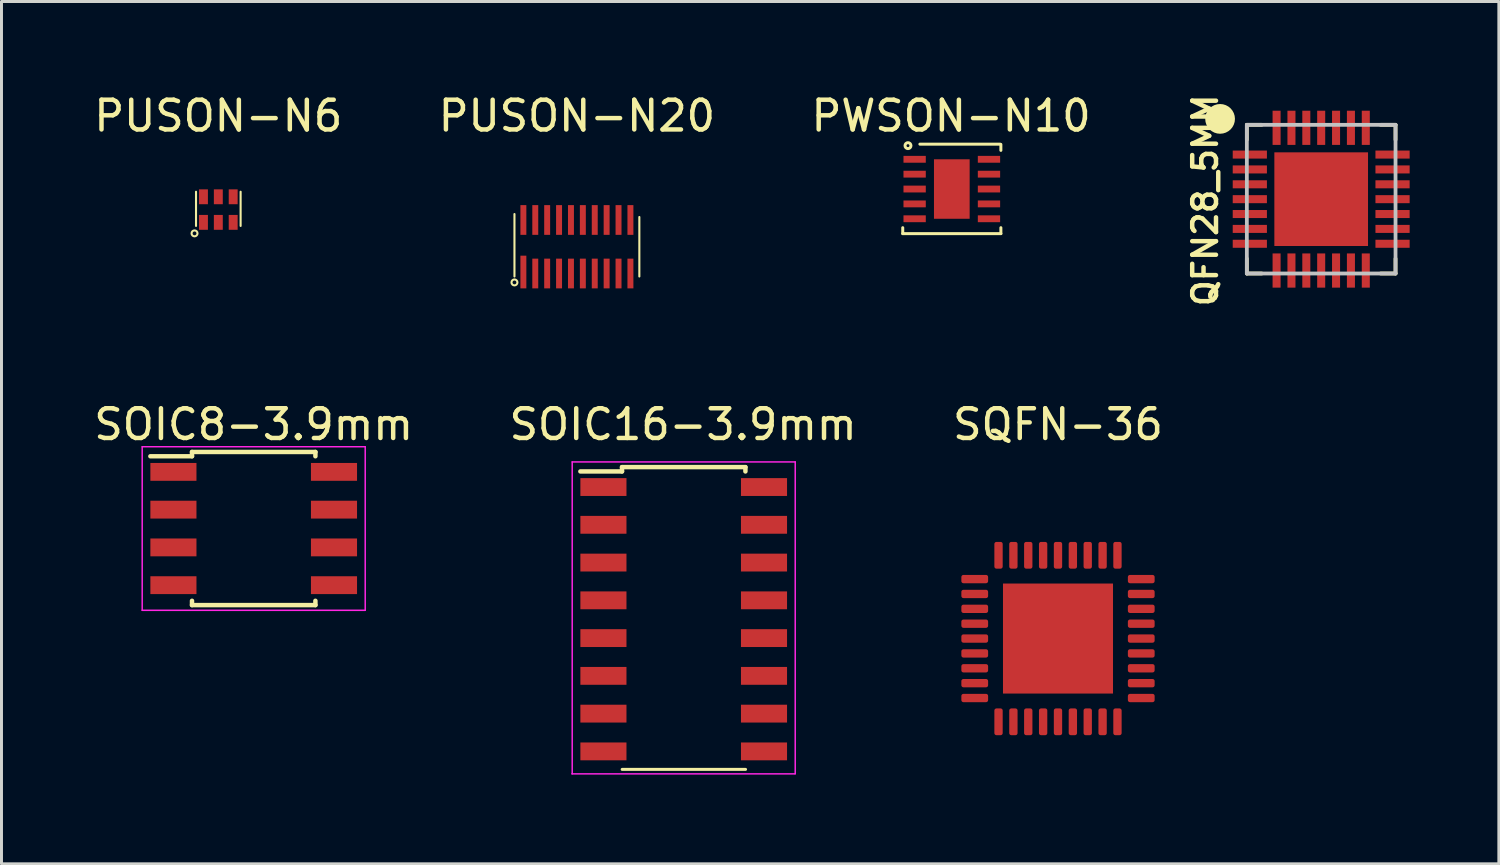
<source format=kicad_pcb>
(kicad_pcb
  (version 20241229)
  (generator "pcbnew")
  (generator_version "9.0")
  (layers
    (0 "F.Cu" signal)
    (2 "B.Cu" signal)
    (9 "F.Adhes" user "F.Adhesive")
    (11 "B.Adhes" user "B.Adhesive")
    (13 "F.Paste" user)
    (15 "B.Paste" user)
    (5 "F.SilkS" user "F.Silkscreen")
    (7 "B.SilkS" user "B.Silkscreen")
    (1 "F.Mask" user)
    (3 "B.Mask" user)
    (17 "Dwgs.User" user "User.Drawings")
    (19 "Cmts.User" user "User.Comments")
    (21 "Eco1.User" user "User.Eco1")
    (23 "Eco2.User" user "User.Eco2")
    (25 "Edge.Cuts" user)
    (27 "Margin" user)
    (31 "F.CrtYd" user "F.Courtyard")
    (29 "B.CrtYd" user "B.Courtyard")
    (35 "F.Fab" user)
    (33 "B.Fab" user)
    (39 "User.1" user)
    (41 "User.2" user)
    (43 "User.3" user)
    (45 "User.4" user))
  (footprint "PWSON-N10"
    (layer "F.Cu")
    (at 28.885 3.198)
    (property "Reference" "PWSON-N10" (at 0.05 -2.35 0) (layer "F.SilkS") (effects (font (size 1 1) (thickness 0.15))))
    (attr through_hole)
    (fp_line (start -1.576 1.609) (end -1.576 1.409) (stroke (width 0.1) (type solid)) (layer "F.SilkS"))
    (fp_line (start -1 -1.4) (end 1.7 -1.4) (stroke (width 0.1) (type solid)) (layer "F.SilkS"))
    (fp_line (start 1.724 -1.391) (end 1.724 -1.191) (stroke (width 0.1) (type solid)) (layer "F.SilkS"))
    (fp_line (start 1.724 1.609) (end -1.576 1.609) (stroke (width 0.1) (type solid)) (layer "F.SilkS"))
    (fp_line (start 1.724 1.609) (end 1.724 1.409) (stroke (width 0.1) (type solid)) (layer "F.SilkS"))
    (fp_circle (center -1.4 -1.35) (end -1.5 -1.35) (stroke (width 0.1) (type solid)) (fill no) (layer "F.SilkS"))
    (pad "1" smd rect (at -1.176 -0.891 270) (size 0.23 0.75) (layers "F.Cu" "F.Mask" "F.Paste"))
    (pad "2" smd rect (at -1.176 -0.391 270) (size 0.23 0.75) (layers "F.Cu" "F.Mask" "F.Paste"))
    (pad "3" smd rect (at -1.176 0.109 270) (size 0.23 0.75) (layers "F.Cu" "F.Mask" "F.Paste"))
    (pad "4" smd rect (at -1.176 0.609 270) (size 0.23 0.75) (layers "F.Cu" "F.Mask" "F.Paste"))
    (pad "5" smd rect (at -1.176 1.109 270) (size 0.23 0.75) (layers "F.Cu" "F.Mask" "F.Paste"))
    (pad "6" smd rect (at 1.324 1.109 270) (size 0.23 0.75) (layers "F.Cu" "F.Mask" "F.Paste"))
    (pad "7" smd rect (at 1.324 0.609 270) (size 0.23 0.75) (layers "F.Cu" "F.Mask" "F.Paste"))
    (pad "8" smd rect (at 1.324 0.109 270) (size 0.23 0.75) (layers "F.Cu" "F.Mask" "F.Paste"))
    (pad "9" smd rect (at 1.324 -0.391 270) (size 0.23 0.75) (layers "F.Cu" "F.Mask" "F.Paste"))
    (pad "10" smd rect (at 1.324 -0.891 270) (size 0.23 0.75) (layers "F.Cu" "F.Mask" "F.Paste"))
    (pad "11" smd rect (at 0.074 0.109 270) (size 2 1.2) (layers "F.Cu" "F.Mask" "F.Paste")))
  (footprint "PUSON-N20"
    (layer "F.Cu")
    (at 16.351 5.248)
    (property "Reference" "PUSON-N20" (at 0 -4.4 0) (layer "F.SilkS") (effects (font (size 1 1) (thickness 0.15))))
    (attr through_hole)
    (fp_line (start -2.1 -1.1) (end -2.1 1) (stroke (width 0.07) (type solid)) (layer "F.SilkS"))
    (fp_line (start 2.1 -1) (end 2.1 1) (stroke (width 0.07) (type solid)) (layer "F.SilkS"))
    (fp_circle (center -2.1 1.2) (end -2.1 1.3) (stroke (width 0.07) (type solid)) (fill no) (layer "F.SilkS"))
    (pad "1" smd rect (at -1.8 0.85) (size 0.2 1.1) (layers "F.Cu" "F.Mask" "F.Paste"))
    (pad "2" smd rect (at -1.4 0.9) (size 0.2 1) (layers "F.Cu" "F.Mask" "F.Paste"))
    (pad "3" smd rect (at -1 0.9) (size 0.2 1) (layers "F.Cu" "F.Mask" "F.Paste"))
    (pad "4" smd rect (at -0.6 0.9) (size 0.2 1) (layers "F.Cu" "F.Mask" "F.Paste"))
    (pad "5" smd rect (at -0.2 0.9) (size 0.2 1) (layers "F.Cu" "F.Mask" "F.Paste"))
    (pad "6" smd rect (at 0.2 0.9) (size 0.2 1) (layers "F.Cu" "F.Mask" "F.Paste"))
    (pad "7" smd rect (at 0.6 0.9) (size 0.2 1) (layers "F.Cu" "F.Mask" "F.Paste"))
    (pad "8" smd rect (at 1 0.9) (size 0.2 1) (layers "F.Cu" "F.Mask" "F.Paste"))
    (pad "9" smd rect (at 1.4 0.9) (size 0.2 1) (layers "F.Cu" "F.Mask" "F.Paste"))
    (pad "10" smd rect (at 1.8 0.9) (size 0.2 1) (layers "F.Cu" "F.Mask" "F.Paste"))
    (pad "11" smd rect (at 1.8 -0.9) (size 0.2 1) (layers "F.Cu" "F.Mask" "F.Paste"))
    (pad "12" smd rect (at 1.4 -0.9) (size 0.2 1) (layers "F.Cu" "F.Mask" "F.Paste"))
    (pad "13" smd rect (at 1 -0.9) (size 0.2 1) (layers "F.Cu" "F.Mask" "F.Paste"))
    (pad "14" smd rect (at 0.6 -0.9) (size 0.2 1) (layers "F.Cu" "F.Mask" "F.Paste"))
    (pad "15" smd rect (at 0.2 -0.9) (size 0.2 1) (layers "F.Cu" "F.Mask" "F.Paste"))
    (pad "16" smd rect (at -0.2 -0.9) (size 0.2 1) (layers "F.Cu" "F.Mask" "F.Paste"))
    (pad "17" smd rect (at -0.6 -0.9) (size 0.2 1) (layers "F.Cu" "F.Mask" "F.Paste"))
    (pad "18" smd rect (at -1 -0.9) (size 0.2 1) (layers "F.Cu" "F.Mask" "F.Paste"))
    (pad "19" smd rect (at -1.4 -0.9) (size 0.2 1) (layers "F.Cu" "F.Mask" "F.Paste"))
    (pad "20" smd rect (at -1.8 -0.9) (size 0.2 1) (layers "F.Cu" "F.Mask" "F.Paste")))
  (footprint "QFN28_5MM"
    (layer "F.Cu")
    (at 41.381 3.648)
    (property "Reference" "QFN28_5MM" (at -3.9 0.04 270) (layer "F.SilkS") (effects (font (size 0.8 0.8) (thickness 0.15))))
    (attr smd)
    (fp_line (start -2.5 -2.5) (end -2 -2.5) (stroke (width 0.127) (type solid)) (layer "F.SilkS"))
    (fp_line (start -2.5 -2) (end -2.5 -2.5) (stroke (width 0.127) (type solid)) (layer "F.SilkS"))
    (fp_line (start -2.5 2.5) (end -2.5 2) (stroke (width 0.127) (type solid)) (layer "F.SilkS"))
    (fp_line (start -2 2.5) (end -2.5 2.5) (stroke (width 0.127) (type solid)) (layer "F.SilkS"))
    (fp_line (start 2 -2.5) (end 2.5 -2.5) (stroke (width 0.127) (type solid)) (layer "F.SilkS"))
    (fp_line (start 2 2.5) (end 2.5 2.5) (stroke (width 0.127) (type solid)) (layer "F.SilkS"))
    (fp_line (start 2.5 -2.5) (end 2.5 -2) (stroke (width 0.127) (type solid)) (layer "F.SilkS"))
    (fp_line (start 2.5 2.5) (end 2.5 2) (stroke (width 0.127) (type solid)) (layer "F.SilkS"))
    (fp_circle (center -3.4 -2.7) (end -3.15 -2.7) (stroke (width 0.5) (type solid)) (fill no) (layer "F.SilkS"))
    (fp_poly (pts (xy -1.27 -1.27) (xy -0.254 -1.27) (xy -0.254 -0.254) (xy -1.27 -0.254)) (stroke (width 0.381) (type solid)) (fill yes) (layer "F.Paste"))
    (fp_poly (pts (xy -1.27 0.254) (xy -0.254 0.254) (xy -0.254 1.27) (xy -1.27 1.27)) (stroke (width 0.381) (type solid)) (fill yes) (layer "F.Paste"))
    (fp_poly (pts (xy 0.254 -1.27) (xy 1.27 -1.27) (xy 1.27 -0.254) (xy 0.254 -0.254)) (stroke (width 0.381) (type solid)) (fill yes) (layer "F.Paste"))
    (fp_poly (pts (xy 0.254 0.254) (xy 1.27 0.254) (xy 1.27 1.27) (xy 0.254 1.27)) (stroke (width 0.381) (type solid)) (fill yes) (layer "F.Paste"))
    (fp_line (start -2.5 -2.5) (end 2.5 -2.5) (stroke (width 0.127) (type solid)) (layer "Dwgs.User"))
    (fp_line (start -2.5 2.5) (end -2.5 -2.5) (stroke (width 0.127) (type solid)) (layer "Dwgs.User"))
    (fp_line (start 2.5 -2.5) (end 2.5 2.5) (stroke (width 0.127) (type solid)) (layer "Dwgs.User"))
    (fp_line (start 2.5 2.5) (end -2.5 2.5) (stroke (width 0.127) (type solid)) (layer "Dwgs.User"))
    (pad "1" smd rect (at -2.4 -1.5) (size 1.15 0.27) (layers "F.Cu" "F.Mask" "F.Paste"))
    (pad "2" smd rect (at -2.4 -1) (size 1.15 0.27) (layers "F.Cu" "F.Mask" "F.Paste"))
    (pad "3" smd rect (at -2.4 -0.5) (size 1.15 0.27) (layers "F.Cu" "F.Mask" "F.Paste"))
    (pad "4" smd rect (at -2.4 0) (size 1.15 0.27) (layers "F.Cu" "F.Mask" "F.Paste"))
    (pad "5" smd rect (at -2.4 0.5) (size 1.15 0.27) (layers "F.Cu" "F.Mask" "F.Paste"))
    (pad "6" smd rect (at -2.4 1) (size 1.15 0.27) (layers "F.Cu" "F.Mask" "F.Paste"))
    (pad "7" smd rect (at -2.4 1.5) (size 1.15 0.27) (layers "F.Cu" "F.Mask" "F.Paste"))
    (pad "8" smd rect (at -1.5 2.4 90) (size 1.15 0.27) (layers "F.Cu" "F.Mask" "F.Paste"))
    (pad "9" smd rect (at -1 2.4 90) (size 1.15 0.27) (layers "F.Cu" "F.Mask" "F.Paste"))
    (pad "10" smd rect (at -0.5 2.4 90) (size 1.15 0.27) (layers "F.Cu" "F.Mask" "F.Paste"))
    (pad "11" smd rect (at 0 2.4 90) (size 1.15 0.27) (layers "F.Cu" "F.Mask" "F.Paste"))
    (pad "12" smd rect (at 0.5 2.4 90) (size 1.15 0.27) (layers "F.Cu" "F.Mask" "F.Paste"))
    (pad "13" smd rect (at 1 2.4 90) (size 1.15 0.27) (layers "F.Cu" "F.Mask" "F.Paste"))
    (pad "14" smd rect (at 1.5 2.4 90) (size 1.15 0.27) (layers "F.Cu" "F.Mask" "F.Paste"))
    (pad "15" smd rect (at 2.4 1.5 180) (size 1.15 0.27) (layers "F.Cu" "F.Mask" "F.Paste"))
    (pad "16" smd rect (at 2.4 1 180) (size 1.15 0.27) (layers "F.Cu" "F.Mask" "F.Paste"))
    (pad "17" smd rect (at 2.4 0.5 180) (size 1.15 0.27) (layers "F.Cu" "F.Mask" "F.Paste"))
    (pad "18" smd rect (at 2.4 0 180) (size 1.15 0.27) (layers "F.Cu" "F.Mask" "F.Paste"))
    (pad "19" smd rect (at 2.4 -0.5 180) (size 1.15 0.27) (layers "F.Cu" "F.Mask" "F.Paste"))
    (pad "20" smd rect (at 2.4 -1 180) (size 1.15 0.27) (layers "F.Cu" "F.Mask" "F.Paste"))
    (pad "21" smd rect (at 2.4 -1.5 180) (size 1.15 0.27) (layers "F.Cu" "F.Mask" "F.Paste"))
    (pad "22" smd rect (at 1.5 -2.4 270) (size 1.15 0.27) (layers "F.Cu" "F.Mask" "F.Paste"))
    (pad "23" smd rect (at 1 -2.4 270) (size 1.15 0.27) (layers "F.Cu" "F.Mask" "F.Paste"))
    (pad "24" smd rect (at 0.5 -2.4 270) (size 1.15 0.27) (layers "F.Cu" "F.Mask" "F.Paste"))
    (pad "25" smd rect (at 0 -2.4 270) (size 1.15 0.27) (layers "F.Cu" "F.Mask" "F.Paste"))
    (pad "26" smd rect (at -0.5 -2.4 270) (size 1.15 0.27) (layers "F.Cu" "F.Mask" "F.Paste"))
    (pad "27" smd rect (at -1 -2.4 270) (size 1.15 0.27) (layers "F.Cu" "F.Mask" "F.Paste"))
    (pad "28" smd rect (at -1.5 -2.4 270) (size 1.15 0.27) (layers "F.Cu" "F.Mask" "F.Paste"))
    (pad "PPAD" smd rect (at 0 0) (size 3.15 3.15) (layers "F.Cu" "F.Mask" "F.Paste")))
  (footprint "SQFN-36"
    (layer "F.Cu")
    (at 32.53 18.424)
    (property "Reference" "SQFN-36" (at 0 -7.2 0) (layer "F.SilkS") (effects (font (size 1 1) (thickness 0.15))))
    (attr through_hole)
    (pad "1" smd roundrect (at -2.8 -2) (size 0.9 0.28) (layers "F.Cu" "F.Mask" "F.Paste") (roundrect_rratio 0.25))
    (pad "2" smd roundrect (at -2.8 -1.5) (size 0.9 0.28) (layers "F.Cu" "F.Mask" "F.Paste") (roundrect_rratio 0.25))
    (pad "3" smd roundrect (at -2.8 -1) (size 0.9 0.28) (layers "F.Cu" "F.Mask" "F.Paste") (roundrect_rratio 0.25))
    (pad "4" smd roundrect (at -2.8 -0.5) (size 0.9 0.28) (layers "F.Cu" "F.Mask" "F.Paste") (roundrect_rratio 0.25))
    (pad "5" smd roundrect (at -2.8 0) (size 0.9 0.28) (layers "F.Cu" "F.Mask" "F.Paste") (roundrect_rratio 0.25))
    (pad "6" smd roundrect (at -2.8 0.5) (size 0.9 0.28) (layers "F.Cu" "F.Mask" "F.Paste") (roundrect_rratio 0.25))
    (pad "7" smd roundrect (at -2.8 1) (size 0.9 0.28) (layers "F.Cu" "F.Mask" "F.Paste") (roundrect_rratio 0.25))
    (pad "8" smd roundrect (at -2.8 1.5) (size 0.9 0.28) (layers "F.Cu" "F.Mask" "F.Paste") (roundrect_rratio 0.25))
    (pad "9" smd roundrect (at -2.8 2) (size 0.9 0.28) (layers "F.Cu" "F.Mask" "F.Paste") (roundrect_rratio 0.25))
    (pad "10" smd roundrect (at -2 2.8 90) (size 0.9 0.28) (layers "F.Cu" "F.Mask" "F.Paste") (roundrect_rratio 0.25))
    (pad "11" smd roundrect (at -1.5 2.8 90) (size 0.9 0.28) (layers "F.Cu" "F.Mask" "F.Paste") (roundrect_rratio 0.25))
    (pad "12" smd roundrect (at -1 2.8 90) (size 0.9 0.28) (layers "F.Cu" "F.Mask" "F.Paste") (roundrect_rratio 0.25))
    (pad "13" smd roundrect (at -0.5 2.8 90) (size 0.9 0.28) (layers "F.Cu" "F.Mask" "F.Paste") (roundrect_rratio 0.25))
    (pad "14" smd roundrect (at 0 2.8 90) (size 0.9 0.28) (layers "F.Cu" "F.Mask" "F.Paste") (roundrect_rratio 0.25))
    (pad "15" smd roundrect (at 0.5 2.8 90) (size 0.9 0.28) (layers "F.Cu" "F.Mask" "F.Paste") (roundrect_rratio 0.25))
    (pad "16" smd roundrect (at 1 2.8 90) (size 0.9 0.28) (layers "F.Cu" "F.Mask" "F.Paste") (roundrect_rratio 0.25))
    (pad "17" smd roundrect (at 1.5 2.8 90) (size 0.9 0.28) (layers "F.Cu" "F.Mask" "F.Paste") (roundrect_rratio 0.25))
    (pad "18" smd roundrect (at 2 2.8 90) (size 0.9 0.28) (layers "F.Cu" "F.Mask" "F.Paste") (roundrect_rratio 0.25))
    (pad "19" smd roundrect (at 2.8 2) (size 0.9 0.28) (layers "F.Cu" "F.Mask" "F.Paste") (roundrect_rratio 0.25))
    (pad "20" smd roundrect (at 2.8 1.5) (size 0.9 0.28) (layers "F.Cu" "F.Mask" "F.Paste") (roundrect_rratio 0.25))
    (pad "21" smd roundrect (at 2.8 1) (size 0.9 0.28) (layers "F.Cu" "F.Mask" "F.Paste") (roundrect_rratio 0.25))
    (pad "22" smd roundrect (at 2.8 0.5) (size 0.9 0.28) (layers "F.Cu" "F.Mask" "F.Paste") (roundrect_rratio 0.25))
    (pad "23" smd roundrect (at 2.8 0) (size 0.9 0.28) (layers "F.Cu" "F.Mask" "F.Paste") (roundrect_rratio 0.25))
    (pad "24" smd roundrect (at 2.8 -0.5) (size 0.9 0.28) (layers "F.Cu" "F.Mask" "F.Paste") (roundrect_rratio 0.25))
    (pad "25" smd roundrect (at 2.8 -1) (size 0.9 0.28) (layers "F.Cu" "F.Mask" "F.Paste") (roundrect_rratio 0.25))
    (pad "26" smd roundrect (at 2.8 -1.5) (size 0.9 0.28) (layers "F.Cu" "F.Mask" "F.Paste") (roundrect_rratio 0.25))
    (pad "27" smd roundrect (at 2.8 -2) (size 0.9 0.28) (layers "F.Cu" "F.Mask" "F.Paste") (roundrect_rratio 0.25))
    (pad "28" smd roundrect (at 2 -2.8 90) (size 0.9 0.28) (layers "F.Cu" "F.Mask" "F.Paste") (roundrect_rratio 0.25))
    (pad "29" smd roundrect (at 1.5 -2.8 90) (size 0.9 0.28) (layers "F.Cu" "F.Mask" "F.Paste") (roundrect_rratio 0.25))
    (pad "30" smd roundrect (at 1 -2.8 90) (size 0.9 0.28) (layers "F.Cu" "F.Mask" "F.Paste") (roundrect_rratio 0.25))
    (pad "31" smd roundrect (at 0.5 -2.8 90) (size 0.9 0.28) (layers "F.Cu" "F.Mask" "F.Paste") (roundrect_rratio 0.25))
    (pad "32" smd roundrect (at 0 -2.8 90) (size 0.9 0.28) (layers "F.Cu" "F.Mask" "F.Paste") (roundrect_rratio 0.25))
    (pad "33" smd roundrect (at -0.5 -2.8 90) (size 0.9 0.28) (layers "F.Cu" "F.Mask" "F.Paste") (roundrect_rratio 0.25))
    (pad "34" smd roundrect (at -1 -2.8 90) (size 0.9 0.28) (layers "F.Cu" "F.Mask" "F.Paste") (roundrect_rratio 0.25))
    (pad "35" smd roundrect (at -1.5 -2.8 90) (size 0.9 0.28) (layers "F.Cu" "F.Mask" "F.Paste") (roundrect_rratio 0.25))
    (pad "36" smd roundrect (at -2 -2.8 90) (size 0.9 0.28) (layers "F.Cu" "F.Mask" "F.Paste") (roundrect_rratio 0.25))
    (pad "EP" smd rect (at 0 0 90) (size 3.7 3.7) (layers "F.Cu" "F.Mask" "F.Paste")))
  (footprint "PUSON-N6"
    (layer "F.Cu")
    (at 4.292 3.998)
    (property "Reference" "PUSON-N6" (at 0 -3.15 0) (layer "F.SilkS") (effects (font (size 1 1) (thickness 0.15))))
    (attr through_hole)
    (fp_line (start -0.75 -0.6) (end -0.75 0.55) (stroke (width 0.07) (type solid)) (layer "F.SilkS"))
    (fp_line (start 0.75 0.55) (end 0.75 -0.6) (stroke (width 0.07) (type solid)) (layer "F.SilkS"))
    (fp_circle (center -0.8 0.8) (end -0.8 0.9) (stroke (width 0.07) (type solid)) (fill no) (layer "F.SilkS"))
    (pad "1" smd rect (at -0.5 0.43) (size 0.3 0.5) (layers "F.Cu" "F.Mask" "F.Paste"))
    (pad "2" smd rect (at 0 0.43) (size 0.3 0.5) (layers "F.Cu" "F.Mask" "F.Paste"))
    (pad "3" smd rect (at 0.5 0.43) (size 0.3 0.5) (layers "F.Cu" "F.Mask" "F.Paste"))
    (pad "4" smd rect (at 0.5 -0.43) (size 0.3 0.5) (layers "F.Cu" "F.Mask" "F.Paste"))
    (pad "5" smd rect (at 0 -0.43) (size 0.3 0.5) (layers "F.Cu" "F.Mask" "F.Paste"))
    (pad "6" smd rect (at -0.5 -0.43) (size 0.3 0.5) (layers "F.Cu" "F.Mask" "F.Paste")))
  (footprint "SOIC8-3.9mm"
    (layer "F.Cu")
    (at 5.482 14.724)
    (property "Reference" "SOIC8-3.9mm" (at 0 -3.5 0) (layer "F.SilkS") (effects (font (size 1 1) (thickness 0.15))))
    (attr smd)
    (fp_line (start -2.075 -2.575) (end -2.075 -2.43) (stroke (width 0.15) (type solid)) (layer "F.SilkS"))
    (fp_line (start -2.075 -2.575) (end 2.075 -2.575) (stroke (width 0.15) (type solid)) (layer "F.SilkS"))
    (fp_line (start -2.075 -2.43) (end -3.475 -2.43) (stroke (width 0.15) (type solid)) (layer "F.SilkS"))
    (fp_line (start -2.075 2.575) (end -2.075 2.43) (stroke (width 0.15) (type solid)) (layer "F.SilkS"))
    (fp_line (start -2.075 2.575) (end 2.075 2.575) (stroke (width 0.15) (type solid)) (layer "F.SilkS"))
    (fp_line (start 2.075 -2.575) (end 2.075 -2.43) (stroke (width 0.15) (type solid)) (layer "F.SilkS"))
    (fp_line (start 2.075 2.575) (end 2.075 2.43) (stroke (width 0.15) (type solid)) (layer "F.SilkS"))
    (fp_line (start -3.75 -2.75) (end -3.75 2.75) (stroke (width 0.05) (type solid)) (layer "F.CrtYd"))
    (fp_line (start -3.75 -2.75) (end 3.75 -2.75) (stroke (width 0.05) (type solid)) (layer "F.CrtYd"))
    (fp_line (start -3.75 2.75) (end 3.75 2.75) (stroke (width 0.05) (type solid)) (layer "F.CrtYd"))
    (fp_line (start 3.75 -2.75) (end 3.75 2.75) (stroke (width 0.05) (type solid)) (layer "F.CrtYd"))
    (pad "1" smd rect (at -2.7 -1.905) (size 1.55 0.6) (layers "F.Cu" "F.Mask" "F.Paste"))
    (pad "2" smd rect (at -2.7 -0.635) (size 1.55 0.6) (layers "F.Cu" "F.Mask" "F.Paste"))
    (pad "3" smd rect (at -2.7 0.635) (size 1.55 0.6) (layers "F.Cu" "F.Mask" "F.Paste"))
    (pad "4" smd rect (at -2.7 1.905) (size 1.55 0.6) (layers "F.Cu" "F.Mask" "F.Paste"))
    (pad "5" smd rect (at 2.7 1.905) (size 1.55 0.6) (layers "F.Cu" "F.Mask" "F.Paste"))
    (pad "6" smd rect (at 2.7 0.635) (size 1.55 0.6) (layers "F.Cu" "F.Mask" "F.Paste"))
    (pad "7" smd rect (at 2.7 -0.635) (size 1.55 0.6) (layers "F.Cu" "F.Mask" "F.Paste"))
    (pad "8" smd rect (at 2.7 -1.905) (size 1.55 0.6) (layers "F.Cu" "F.Mask" "F.Paste")))
  (footprint "SOIC16-3.9mm"
    (layer "F.Cu")
    (at 19.943 17.774)
    (property "Reference" "SOIC16-3.9mm" (at -0.02 -6.55 0) (layer "F.SilkS") (effects (font (size 1 1) (thickness 0.15))))
    (attr smd)
    (fp_line (start -2.075 -5.115) (end -2.075 -4.97) (stroke (width 0.15) (type solid)) (layer "F.SilkS"))
    (fp_line (start -2.075 -5.115) (end 2.075 -5.115) (stroke (width 0.15) (type solid)) (layer "F.SilkS"))
    (fp_line (start -2.075 -4.97) (end -3.475 -4.97) (stroke (width 0.15) (type solid)) (layer "F.SilkS"))
    (fp_line (start -2.07 5.05) (end 2.08 5.05) (stroke (width 0.1) (type solid)) (layer "F.SilkS"))
    (fp_line (start 2.075 -5.115) (end 2.075 -4.97) (stroke (width 0.15) (type solid)) (layer "F.SilkS"))
    (fp_line (start -3.76 5.2) (end 3.74 5.2) (stroke (width 0.05) (type solid)) (layer "F.CrtYd"))
    (fp_line (start -3.75 -5.29) (end -3.75 5.2) (stroke (width 0.05) (type solid)) (layer "F.CrtYd"))
    (fp_line (start -3.75 -5.29) (end 3.75 -5.29) (stroke (width 0.05) (type solid)) (layer "F.CrtYd"))
    (fp_line (start 3.75 -5.29) (end 3.75 5.2) (stroke (width 0.05) (type solid)) (layer "F.CrtYd"))
    (pad "1" smd rect (at -2.7 -4.445) (size 1.55 0.6) (layers "F.Cu" "F.Mask" "F.Paste"))
    (pad "2" smd rect (at -2.7 -3.175) (size 1.55 0.6) (layers "F.Cu" "F.Mask" "F.Paste"))
    (pad "3" smd rect (at -2.7 -1.905) (size 1.55 0.6) (layers "F.Cu" "F.Mask" "F.Paste"))
    (pad "4" smd rect (at -2.7 -0.635) (size 1.55 0.6) (layers "F.Cu" "F.Mask" "F.Paste"))
    (pad "5" smd rect (at -2.7 0.635) (size 1.55 0.6) (layers "F.Cu" "F.Mask" "F.Paste"))
    (pad "6" smd rect (at -2.7 1.905) (size 1.55 0.6) (layers "F.Cu" "F.Mask" "F.Paste"))
    (pad "7" smd rect (at -2.7 3.175) (size 1.55 0.6) (layers "F.Cu" "F.Mask" "F.Paste"))
    (pad "8" smd rect (at -2.7 4.445) (size 1.55 0.6) (layers "F.Cu" "F.Mask" "F.Paste"))
    (pad "9" smd rect (at 2.7 4.445) (size 1.55 0.6) (layers "F.Cu" "F.Mask" "F.Paste"))
    (pad "10" smd rect (at 2.7 3.175) (size 1.55 0.6) (layers "F.Cu" "F.Mask" "F.Paste"))
    (pad "11" smd rect (at 2.7 1.905) (size 1.55 0.6) (layers "F.Cu" "F.Mask" "F.Paste"))
    (pad "12" smd rect (at 2.7 0.635) (size 1.55 0.6) (layers "F.Cu" "F.Mask" "F.Paste"))
    (pad "13" smd rect (at 2.7 -0.635) (size 1.55 0.6) (layers "F.Cu" "F.Mask" "F.Paste"))
    (pad "14" smd rect (at 2.7 -1.905) (size 1.55 0.6) (layers "F.Cu" "F.Mask" "F.Paste"))
    (pad "15" smd rect (at 2.7 -3.175) (size 1.55 0.6) (layers "F.Cu" "F.Mask" "F.Paste"))
    (pad "16" smd rect (at 2.7 -4.445) (size 1.55 0.6) (layers "F.Cu" "F.Mask" "F.Paste")))
  (gr_rect
    (start -3 -3)
    (end 47.356 25.999)
    (stroke (width 0.1) (type default))
    (fill no)
    (layer "Edge.Cuts")))
</source>
